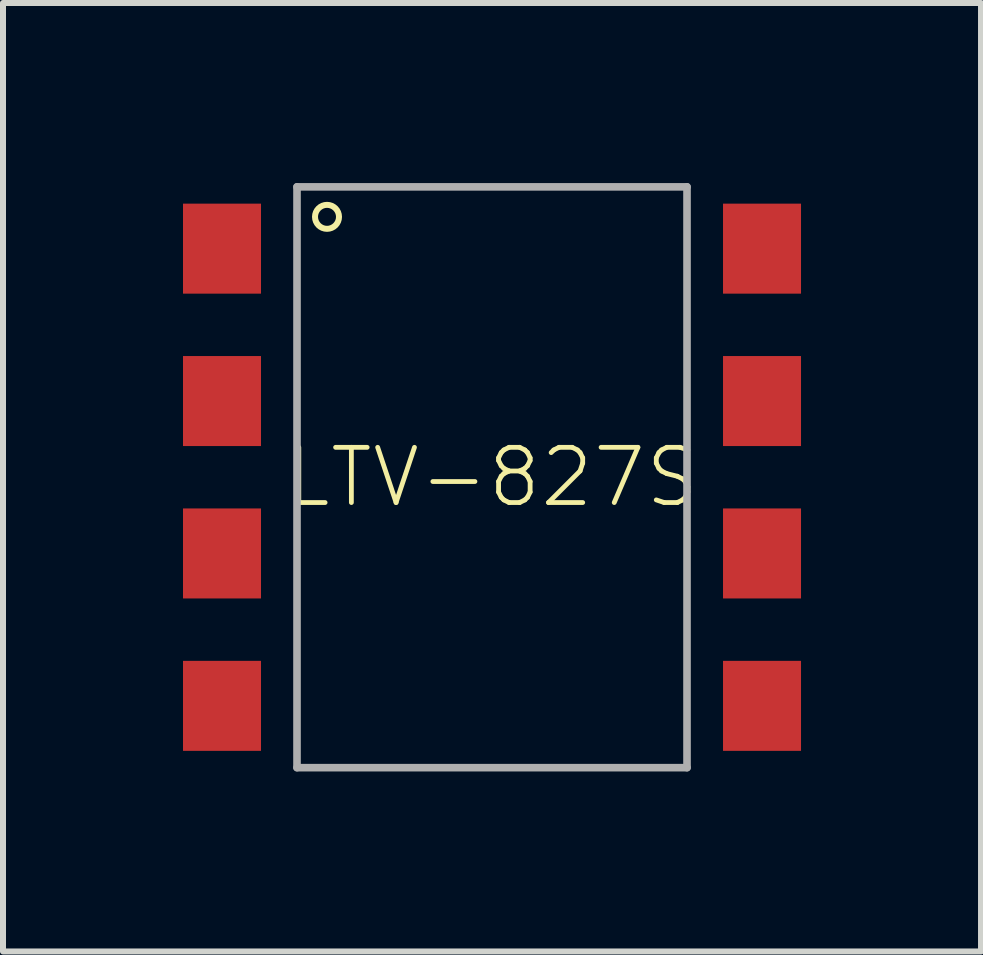
<source format=kicad_pcb>
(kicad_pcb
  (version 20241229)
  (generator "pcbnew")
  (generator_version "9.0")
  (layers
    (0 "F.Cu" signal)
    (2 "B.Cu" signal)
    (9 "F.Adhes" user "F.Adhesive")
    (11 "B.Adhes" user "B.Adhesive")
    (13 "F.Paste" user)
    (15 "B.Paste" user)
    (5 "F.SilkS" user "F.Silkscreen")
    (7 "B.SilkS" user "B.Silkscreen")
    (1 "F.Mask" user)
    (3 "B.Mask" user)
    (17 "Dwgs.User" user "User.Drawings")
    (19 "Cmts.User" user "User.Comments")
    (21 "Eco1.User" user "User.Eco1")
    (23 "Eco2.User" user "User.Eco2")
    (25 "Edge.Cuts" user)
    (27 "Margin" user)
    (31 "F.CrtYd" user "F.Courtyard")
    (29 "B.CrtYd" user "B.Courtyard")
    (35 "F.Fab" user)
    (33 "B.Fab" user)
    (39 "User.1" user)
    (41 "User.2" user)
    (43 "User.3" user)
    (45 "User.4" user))
  (footprint "LTV-827S"
    (layer "F.Cu")
    (at 5.15 4.904)
    (property "Reference" "LTV-827S" (at 0 0 0) (unlocked yes) (layer "F.SilkS") (effects (font (size 0.92 0.92) (thickness 0.08))))
    (fp_circle (center -2.75 -4.34) (end -2.55 -4.34) (stroke (width 0.1) (type solid)) (fill no) (layer "F.SilkS"))
    (fp_line (start -3.25 -4.84) (end 3.25 -4.84) (stroke (width 0.127) (type solid)) (layer "F.Fab"))
    (fp_line (start -3.25 4.84) (end -3.25 -4.84) (stroke (width 0.127) (type solid)) (layer "F.Fab"))
    (fp_line (start 3.25 -4.84) (end 3.25 4.84) (stroke (width 0.127) (type solid)) (layer "F.Fab"))
    (fp_line (start 3.25 4.84) (end -3.25 4.84) (stroke (width 0.127) (type solid)) (layer "F.Fab"))
    (pad "P$1" smd rect (at -4.5 -3.81) (size 1.3 1.5) (layers "F.Cu" "F.Mask" "F.Paste"))
    (pad "P$2" smd rect (at -4.5 -1.27) (size 1.3 1.5) (layers "F.Cu" "F.Mask" "F.Paste"))
    (pad "P$3" smd rect (at -4.5 1.27) (size 1.3 1.5) (layers "F.Cu" "F.Mask" "F.Paste"))
    (pad "P$4" smd rect (at -4.5 3.81) (size 1.3 1.5) (layers "F.Cu" "F.Mask" "F.Paste"))
    (pad "P$5" smd rect (at 4.5 3.81) (size 1.3 1.5) (layers "F.Cu" "F.Mask" "F.Paste"))
    (pad "P$6" smd rect (at 4.5 1.27) (size 1.3 1.5) (layers "F.Cu" "F.Mask" "F.Paste"))
    (pad "P$7" smd rect (at 4.5 -1.27) (size 1.3 1.5) (layers "F.Cu" "F.Mask" "F.Paste"))
    (pad "P$8" smd rect (at 4.5 -3.81) (size 1.3 1.5) (layers "F.Cu" "F.Mask" "F.Paste")))
  (gr_rect
    (start -3 -3)
    (end 13.3 12.807)
    (stroke (width 0.1) (type default))
    (fill no)
    (layer "Edge.Cuts")))
</source>
